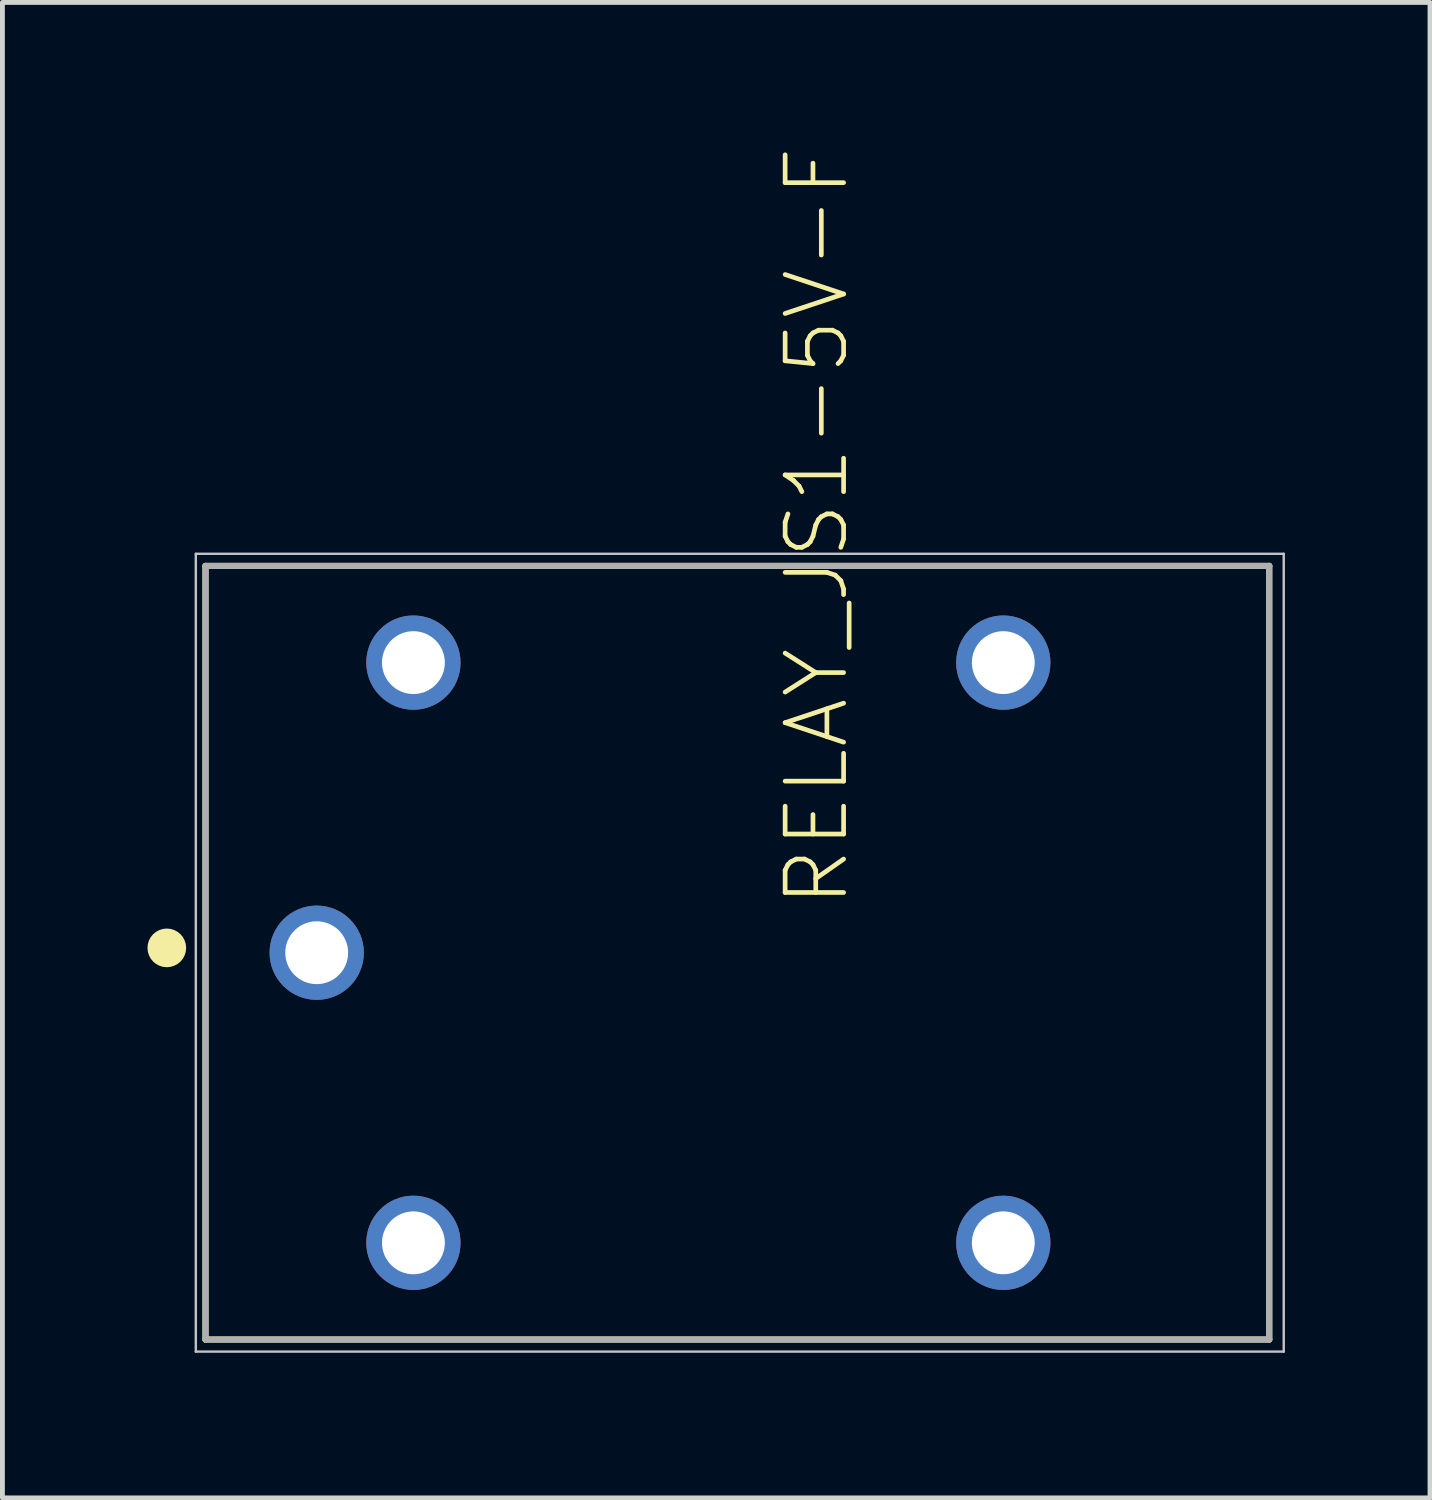
<source format=kicad_pcb>
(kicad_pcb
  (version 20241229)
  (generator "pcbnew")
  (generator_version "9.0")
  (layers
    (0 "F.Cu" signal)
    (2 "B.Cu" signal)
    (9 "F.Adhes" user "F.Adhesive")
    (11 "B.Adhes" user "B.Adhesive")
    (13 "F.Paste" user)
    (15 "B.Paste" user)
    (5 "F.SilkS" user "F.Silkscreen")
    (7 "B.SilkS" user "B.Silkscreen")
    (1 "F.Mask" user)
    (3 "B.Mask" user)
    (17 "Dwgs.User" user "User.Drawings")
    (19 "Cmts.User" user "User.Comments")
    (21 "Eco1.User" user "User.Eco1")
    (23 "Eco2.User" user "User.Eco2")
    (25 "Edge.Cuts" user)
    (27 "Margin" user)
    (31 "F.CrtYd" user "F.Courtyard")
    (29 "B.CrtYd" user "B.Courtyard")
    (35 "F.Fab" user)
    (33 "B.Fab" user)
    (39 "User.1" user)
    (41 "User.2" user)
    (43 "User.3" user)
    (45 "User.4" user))
  (footprint "RELAY_JS1-5V-F"
    (layer "F.Cu")
    (at 12.2 16.654)
    (property "Reference" "RELAY_JS1-5V-F" (at 2.35 -0.894 270) (layer "F.SilkS") (effects (font (size 1.209 1.209) (thickness 0.097)) (justify left bottom)))
    (attr through_hole)
    (fp_line (start -11 -8) (end 11 -8) (stroke (width 0.127) (type solid)) (layer "F.SilkS"))
    (fp_line (start -11 8) (end -11 -8) (stroke (width 0.127) (type solid)) (layer "F.SilkS"))
    (fp_line (start 11 -8) (end 11 8) (stroke (width 0.127) (type solid)) (layer "F.SilkS"))
    (fp_line (start 11 8) (end -11 8) (stroke (width 0.127) (type solid)) (layer "F.SilkS"))
    (fp_circle (center -11.8 -0.1) (end -11.6 -0.1) (stroke (width 0.4) (type solid)) (fill no) (layer "F.SilkS"))
    (fp_line (start -11.2 -8.25) (end 11.3 -8.25) (stroke (width 0.05) (type solid)) (layer "Dwgs.User"))
    (fp_line (start -11.2 8.25) (end -11.2 -8.25) (stroke (width 0.05) (type solid)) (layer "Dwgs.User"))
    (fp_line (start 11.3 -8.25) (end 11.3 8.25) (stroke (width 0.05) (type solid)) (layer "Dwgs.User"))
    (fp_line (start 11.3 8.25) (end -11.2 8.25) (stroke (width 0.05) (type solid)) (layer "Dwgs.User"))
    (fp_line (start -11 -8) (end 11 -8) (stroke (width 0.127) (type solid)) (layer "F.Fab"))
    (fp_line (start -11 8) (end -11 -8) (stroke (width 0.127) (type solid)) (layer "F.Fab"))
    (fp_line (start 11 -8) (end 11 8) (stroke (width 0.127) (type solid)) (layer "F.Fab"))
    (fp_line (start 11 8) (end -11 8) (stroke (width 0.127) (type solid)) (layer "F.Fab"))
    (fp_circle (center -8.7 0) (end -8.5 0) (stroke (width 0.4) (type solid)) (fill no) (layer "F.Fab"))
    (pad "1" thru_hole circle (at -8.7 0) (size 1.95 1.95) (drill 1.3) (layers "*.Cu" "*.Mask"))
    (pad "2" thru_hole circle (at -6.7 6) (size 1.95 1.95) (drill 1.3) (layers "*.Cu" "*.Mask"))
    (pad "3" thru_hole circle (at 5.5 6) (size 1.95 1.95) (drill 1.3) (layers "*.Cu" "*.Mask"))
    (pad "4" thru_hole circle (at 5.5 -6) (size 1.95 1.95) (drill 1.3) (layers "*.Cu" "*.Mask"))
    (pad "5" thru_hole circle (at -6.7 -6) (size 1.95 1.95) (drill 1.3) (layers "*.Cu" "*.Mask")))
  (gr_rect
    (start -3 -3)
    (end 26.525 27.929)
    (stroke (width 0.1) (type default))
    (fill no)
    (layer "Edge.Cuts")))
</source>
